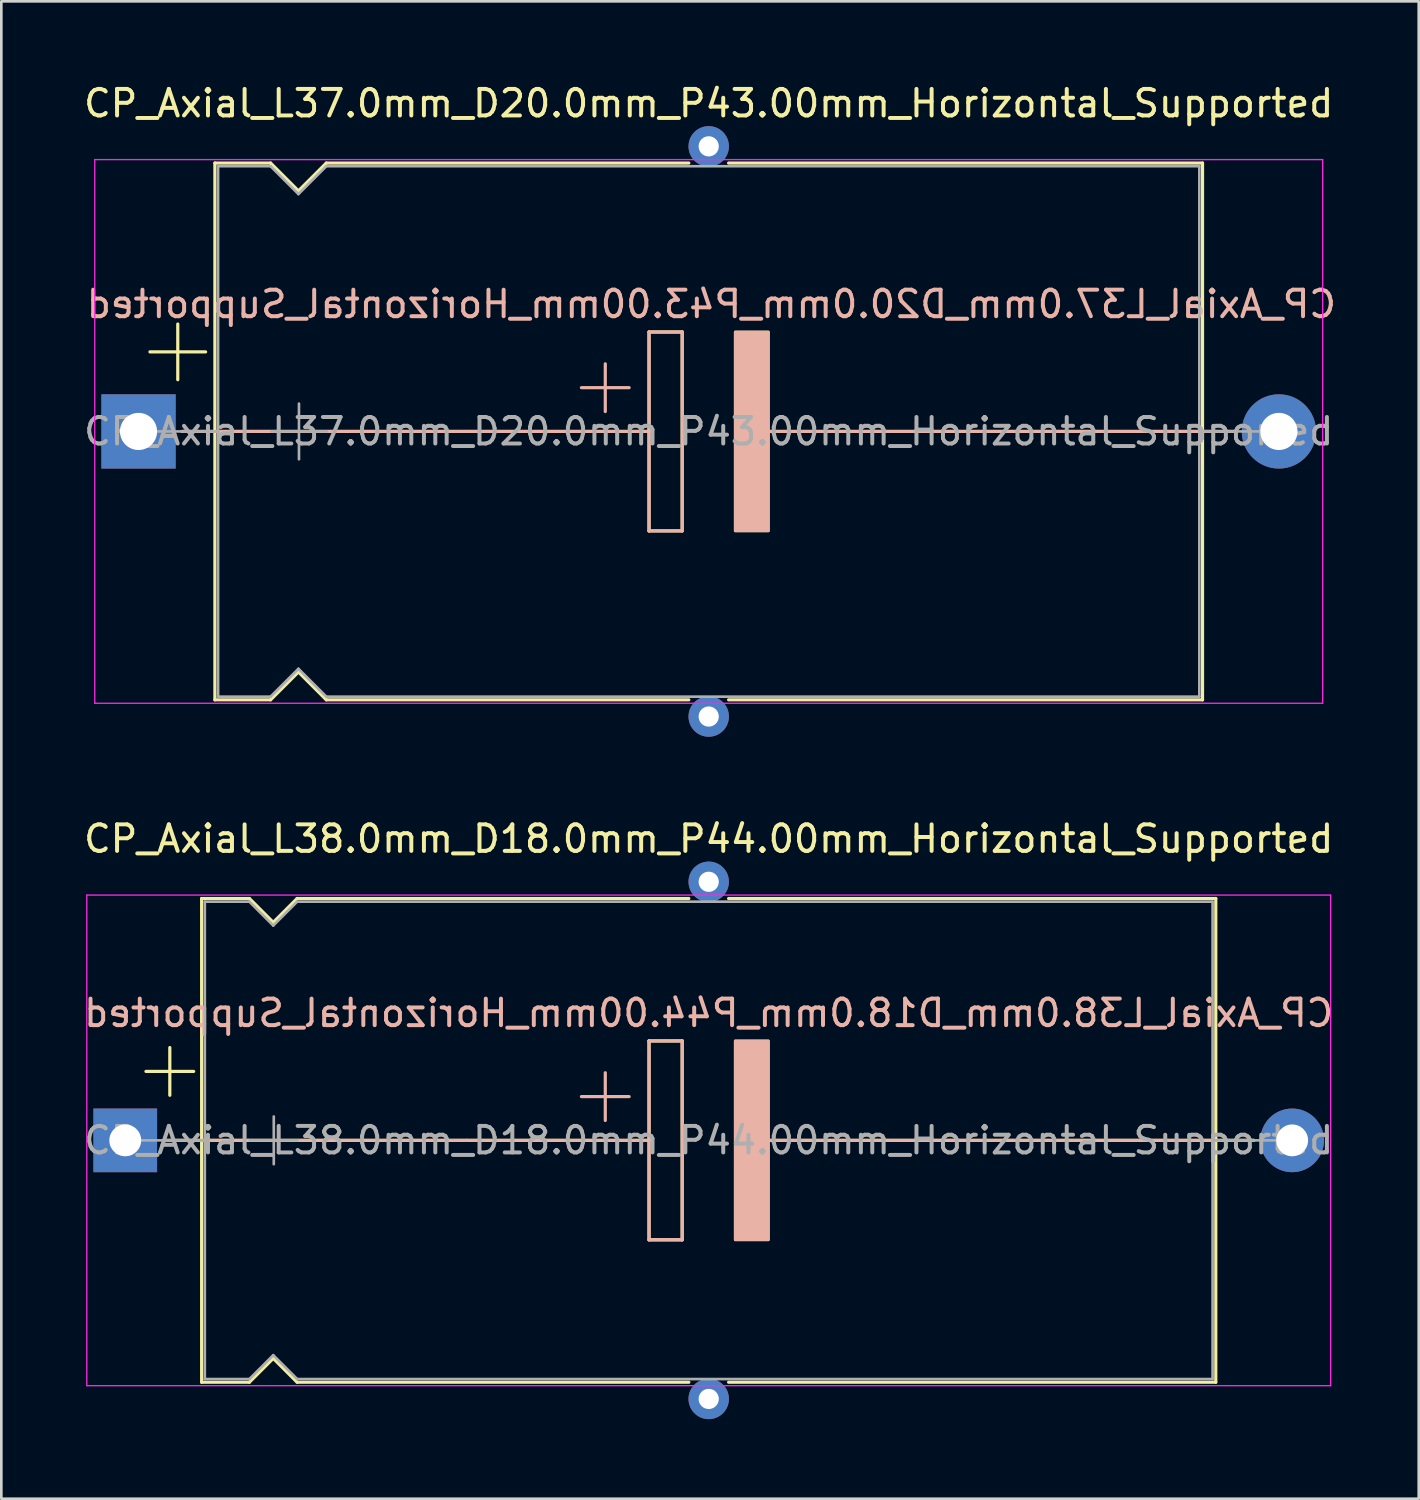
<source format=kicad_pcb>
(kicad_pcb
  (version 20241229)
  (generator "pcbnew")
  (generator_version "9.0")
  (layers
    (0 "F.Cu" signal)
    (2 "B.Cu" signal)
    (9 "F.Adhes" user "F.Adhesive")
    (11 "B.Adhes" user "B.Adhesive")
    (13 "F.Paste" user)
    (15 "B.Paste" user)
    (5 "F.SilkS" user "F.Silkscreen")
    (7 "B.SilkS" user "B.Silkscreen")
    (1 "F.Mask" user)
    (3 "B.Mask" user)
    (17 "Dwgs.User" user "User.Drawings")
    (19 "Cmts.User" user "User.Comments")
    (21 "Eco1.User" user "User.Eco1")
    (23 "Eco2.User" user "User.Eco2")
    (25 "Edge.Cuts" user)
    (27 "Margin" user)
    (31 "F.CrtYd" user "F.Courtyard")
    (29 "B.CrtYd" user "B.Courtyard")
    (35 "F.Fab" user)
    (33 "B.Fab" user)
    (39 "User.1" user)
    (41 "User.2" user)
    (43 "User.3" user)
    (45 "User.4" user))
  (footprint "CP_Axial_L38.0mm_D18.0mm_P44.00mm_Horizontal_Supported"
    (layer "F.Cu")
    (at 1.673 39.949)
    (property "Reference" "CP_Axial_L38.0mm_D18.0mm_P44.00mm_Horizontal_Supported" (at 22 -11.37 0) (layer "F.SilkS") (effects (font (size 1 1) (thickness 0.15))))
    (fp_line (start 0.78 -2.6) (end 2.58 -2.6) (stroke (width 0.12) (type solid)) (layer "F.SilkS"))
    (fp_line (start 1.44 0) (end 2.88 0) (stroke (width 0.12) (type solid)) (layer "F.SilkS"))
    (fp_line (start 1.68 -3.5) (end 1.68 -1.7) (stroke (width 0.12) (type solid)) (layer "F.SilkS"))
    (fp_line (start 2.88 -9.12) (end 2.88 9.12) (stroke (width 0.12) (type solid)) (layer "F.SilkS"))
    (fp_line (start 2.88 -9.12) (end 4.68 -9.12) (stroke (width 0.12) (type solid)) (layer "F.SilkS"))
    (fp_line (start 2.88 0) (end 19.75 0) (stroke (width 0.12) (type solid)) (layer "F.SilkS"))
    (fp_line (start 2.88 9.12) (end 4.68 9.12) (stroke (width 0.12) (type solid)) (layer "F.SilkS"))
    (fp_line (start 4.68 -9.12) (end 5.58 -8.22) (stroke (width 0.12) (type solid)) (layer "F.SilkS"))
    (fp_line (start 4.68 9.12) (end 5.58 8.22) (stroke (width 0.12) (type solid)) (layer "F.SilkS"))
    (fp_line (start 5.58 -8.22) (end 6.48 -9.12) (stroke (width 0.12) (type solid)) (layer "F.SilkS"))
    (fp_line (start 5.58 8.22) (end 6.48 9.12) (stroke (width 0.12) (type solid)) (layer "F.SilkS"))
    (fp_line (start 6.48 -9.12) (end 21.25 -9.12) (stroke (width 0.12) (type solid)) (layer "F.SilkS"))
    (fp_line (start 6.48 9.12) (end 21.25 9.12) (stroke (width 0.12) (type solid)) (layer "F.SilkS"))
    (fp_line (start 19.75 -3.75) (end 21 -3.75) (stroke (width 0.12) (type solid)) (layer "F.SilkS"))
    (fp_line (start 19.75 0) (end 19.75 -3.75) (stroke (width 0.12) (type solid)) (layer "F.SilkS"))
    (fp_line (start 19.75 3.75) (end 19.75 0) (stroke (width 0.12) (type solid)) (layer "F.SilkS"))
    (fp_line (start 21 -3.75) (end 21 3.75) (stroke (width 0.12) (type solid)) (layer "F.SilkS"))
    (fp_line (start 21 3.75) (end 19.75 3.75) (stroke (width 0.12) (type solid)) (layer "F.SilkS"))
    (fp_line (start 22.75 -9.12) (end 41.12 -9.12) (stroke (width 0.12) (type solid)) (layer "F.SilkS"))
    (fp_line (start 22.75 9.12) (end 41.12 9.12) (stroke (width 0.12) (type solid)) (layer "F.SilkS"))
    (fp_line (start 24.25 0) (end 41.12 0) (stroke (width 0.12) (type solid)) (layer "F.SilkS"))
    (fp_line (start 41.12 -9.12) (end 41.12 9.12) (stroke (width 0.12) (type solid)) (layer "F.SilkS"))
    (fp_line (start 42.56 0) (end 41.12 0) (stroke (width 0.12) (type solid)) (layer "F.SilkS"))
    (fp_poly (pts (xy 24.25 3.75) (xy 23 3.75) (xy 23 -3.75) (xy 24.25 -3.75)) (stroke (width 0.1) (type solid)) (fill yes) (layer "F.SilkS"))
    (fp_line (start 1.45 0) (end 12.88 0) (stroke (width 0.12) (type solid)) (layer "B.SilkS"))
    (fp_line (start 12.88 0) (end 19.75 0) (stroke (width 0.12) (type solid)) (layer "B.SilkS"))
    (fp_line (start 18.1 -2.55) (end 18.1 -0.75) (stroke (width 0.12) (type solid)) (layer "B.SilkS"))
    (fp_line (start 19 -1.65) (end 17.2 -1.65) (stroke (width 0.12) (type solid)) (layer "B.SilkS"))
    (fp_line (start 19.75 -3.75) (end 21 -3.75) (stroke (width 0.12) (type solid)) (layer "B.SilkS"))
    (fp_line (start 19.75 0) (end 19.75 -3.75) (stroke (width 0.12) (type solid)) (layer "B.SilkS"))
    (fp_line (start 19.75 3.75) (end 19.75 0) (stroke (width 0.12) (type solid)) (layer "B.SilkS"))
    (fp_line (start 21 -3.75) (end 21 3.75) (stroke (width 0.12) (type solid)) (layer "B.SilkS"))
    (fp_line (start 21 3.75) (end 19.75 3.75) (stroke (width 0.12) (type solid)) (layer "B.SilkS"))
    (fp_line (start 24.25 0) (end 31.12 0) (stroke (width 0.12) (type solid)) (layer "B.SilkS"))
    (fp_line (start 42.55 0) (end 31.12 0) (stroke (width 0.12) (type solid)) (layer "B.SilkS"))
    (fp_poly (pts (xy 24.25 3.75) (xy 23 3.75) (xy 23 -3.75) (xy 24.25 -3.75)) (stroke (width 0.1) (type solid)) (fill yes) (layer "B.SilkS"))
    (fp_line (start -1.45 -9.25) (end -1.45 9.25) (stroke (width 0.05) (type solid)) (layer "F.CrtYd"))
    (fp_line (start -1.45 9.25) (end 45.45 9.25) (stroke (width 0.05) (type solid)) (layer "F.CrtYd"))
    (fp_line (start 45.45 -9.25) (end -1.45 -9.25) (stroke (width 0.05) (type solid)) (layer "F.CrtYd"))
    (fp_line (start 45.45 9.25) (end 45.45 -9.25) (stroke (width 0.05) (type solid)) (layer "F.CrtYd"))
    (fp_line (start 0 0) (end 3 0) (stroke (width 0.1) (type solid)) (layer "F.Fab"))
    (fp_line (start 3 -9) (end 3 9) (stroke (width 0.1) (type solid)) (layer "F.Fab"))
    (fp_line (start 3 -9) (end 4.68 -9) (stroke (width 0.1) (type solid)) (layer "F.Fab"))
    (fp_line (start 3 9) (end 4.68 9) (stroke (width 0.1) (type solid)) (layer "F.Fab"))
    (fp_line (start 4.68 -9) (end 5.58 -8.1) (stroke (width 0.1) (type solid)) (layer "F.Fab"))
    (fp_line (start 4.68 9) (end 5.58 8.1) (stroke (width 0.1) (type solid)) (layer "F.Fab"))
    (fp_line (start 4.7 0) (end 6.5 0) (stroke (width 0.1) (type solid)) (layer "F.Fab"))
    (fp_line (start 5.58 -8.1) (end 6.48 -9) (stroke (width 0.1) (type solid)) (layer "F.Fab"))
    (fp_line (start 5.58 8.1) (end 6.48 9) (stroke (width 0.1) (type solid)) (layer "F.Fab"))
    (fp_line (start 5.6 -0.9) (end 5.6 0.9) (stroke (width 0.1) (type solid)) (layer "F.Fab"))
    (fp_line (start 6.48 -9) (end 41 -9) (stroke (width 0.1) (type solid)) (layer "F.Fab"))
    (fp_line (start 6.48 9) (end 41 9) (stroke (width 0.1) (type solid)) (layer "F.Fab"))
    (fp_line (start 41 -9) (end 41 9) (stroke (width 0.1) (type solid)) (layer "F.Fab"))
    (fp_line (start 44 0) (end 41 0) (stroke (width 0.1) (type solid)) (layer "F.Fab"))
    (fp_text user "${REFERENCE}" (at 22 -4.8 0) (layer "B.SilkS") (effects (font (size 1 1) (thickness 0.15)) (justify mirror)))
    (fp_text user "${REFERENCE}" (at 22 0 0) (layer "F.Fab") (effects (font (size 1 1) (thickness 0.15))))
    (pad "1" thru_hole rect (at 0 0) (size 2.4 2.4) (drill 1.2) (layers "*.Cu" "*.Mask"))
    (pad "2" thru_hole oval (at 44 0) (size 2.4 2.4) (drill 1.2) (layers "*.Cu" "*.Mask"))
    (pad "~" thru_hole circle (at 22 -9.75) (size 1.524 1.524) (drill 0.762) (layers "*.Cu" "*.Mask"))
    (pad "~" thru_hole circle (at 22 9.75) (size 1.524 1.524) (drill 0.762) (layers "*.Cu" "*.Mask")))
  (footprint "CP_Axial_L37.0mm_D20.0mm_P43.00mm_Horizontal_Supported"
    (layer "F.Cu")
    (at 2.173 13.218)
    (property "Reference" "CP_Axial_L37.0mm_D20.0mm_P43.00mm_Horizontal_Supported" (at 21.5 -12.37 0) (layer "F.SilkS") (effects (font (size 1 1) (thickness 0.15))))
    (fp_line (start 0.43 -3) (end 2.53 -3) (stroke (width 0.12) (type solid)) (layer "F.SilkS"))
    (fp_line (start 1.48 -4.05) (end 1.48 -1.95) (stroke (width 0.12) (type solid)) (layer "F.SilkS"))
    (fp_line (start 1.64 0) (end 2.88 0) (stroke (width 0.12) (type solid)) (layer "F.SilkS"))
    (fp_line (start 2.88 -10.12) (end 2.88 10.12) (stroke (width 0.12) (type solid)) (layer "F.SilkS"))
    (fp_line (start 2.88 -10.12) (end 4.98 -10.12) (stroke (width 0.12) (type solid)) (layer "F.SilkS"))
    (fp_line (start 2.88 0) (end 19.25 0) (stroke (width 0.12) (type solid)) (layer "F.SilkS"))
    (fp_line (start 2.88 10.12) (end 4.98 10.12) (stroke (width 0.12) (type solid)) (layer "F.SilkS"))
    (fp_line (start 4.98 -10.12) (end 6.03 -9.07) (stroke (width 0.12) (type solid)) (layer "F.SilkS"))
    (fp_line (start 4.98 10.12) (end 6.03 9.07) (stroke (width 0.12) (type solid)) (layer "F.SilkS"))
    (fp_line (start 6.03 -9.07) (end 7.08 -10.12) (stroke (width 0.12) (type solid)) (layer "F.SilkS"))
    (fp_line (start 6.03 9.07) (end 7.08 10.12) (stroke (width 0.12) (type solid)) (layer "F.SilkS"))
    (fp_line (start 7.08 -10.12) (end 20.75 -10.12) (stroke (width 0.12) (type solid)) (layer "F.SilkS"))
    (fp_line (start 7.08 10.12) (end 20.75 10.12) (stroke (width 0.12) (type solid)) (layer "F.SilkS"))
    (fp_line (start 19.25 -3.75) (end 20.5 -3.75) (stroke (width 0.12) (type solid)) (layer "F.SilkS"))
    (fp_line (start 19.25 0) (end 19.25 -3.75) (stroke (width 0.12) (type solid)) (layer "F.SilkS"))
    (fp_line (start 19.25 3.75) (end 19.25 0) (stroke (width 0.12) (type solid)) (layer "F.SilkS"))
    (fp_line (start 20.5 -3.75) (end 20.5 3.75) (stroke (width 0.12) (type solid)) (layer "F.SilkS"))
    (fp_line (start 20.5 3.75) (end 19.25 3.75) (stroke (width 0.12) (type solid)) (layer "F.SilkS"))
    (fp_line (start 22.25 -10.12) (end 40.12 -10.12) (stroke (width 0.12) (type solid)) (layer "F.SilkS"))
    (fp_line (start 22.25 10.12) (end 40.12 10.12) (stroke (width 0.12) (type solid)) (layer "F.SilkS"))
    (fp_line (start 23.75 0) (end 40.12 0) (stroke (width 0.12) (type solid)) (layer "F.SilkS"))
    (fp_line (start 40.12 -10.12) (end 40.12 10.12) (stroke (width 0.12) (type solid)) (layer "F.SilkS"))
    (fp_line (start 41.36 0) (end 40.12 0) (stroke (width 0.12) (type solid)) (layer "F.SilkS"))
    (fp_poly (pts (xy 23.75 3.75) (xy 22.5 3.75) (xy 22.5 -3.75) (xy 23.75 -3.75)) (stroke (width 0.1) (type solid)) (fill yes) (layer "F.SilkS"))
    (fp_line (start 1.65 0) (end 12.38 0) (stroke (width 0.12) (type solid)) (layer "B.SilkS"))
    (fp_line (start 12.38 0) (end 19.25 0) (stroke (width 0.12) (type solid)) (layer "B.SilkS"))
    (fp_line (start 17.6 -2.55) (end 17.6 -0.75) (stroke (width 0.12) (type solid)) (layer "B.SilkS"))
    (fp_line (start 18.5 -1.65) (end 16.7 -1.65) (stroke (width 0.12) (type solid)) (layer "B.SilkS"))
    (fp_line (start 19.25 -3.75) (end 20.5 -3.75) (stroke (width 0.12) (type solid)) (layer "B.SilkS"))
    (fp_line (start 19.25 0) (end 19.25 -3.75) (stroke (width 0.12) (type solid)) (layer "B.SilkS"))
    (fp_line (start 19.25 3.75) (end 19.25 0) (stroke (width 0.12) (type solid)) (layer "B.SilkS"))
    (fp_line (start 20.5 -3.75) (end 20.5 3.75) (stroke (width 0.12) (type solid)) (layer "B.SilkS"))
    (fp_line (start 20.5 3.75) (end 19.25 3.75) (stroke (width 0.12) (type solid)) (layer "B.SilkS"))
    (fp_line (start 23.75 0) (end 30.62 0) (stroke (width 0.12) (type solid)) (layer "B.SilkS"))
    (fp_line (start 41.35 0) (end 30.62 0) (stroke (width 0.12) (type solid)) (layer "B.SilkS"))
    (fp_poly (pts (xy 23.75 3.75) (xy 22.5 3.75) (xy 22.5 -3.75) (xy 23.75 -3.75)) (stroke (width 0.1) (type solid)) (fill yes) (layer "B.SilkS"))
    (fp_line (start -1.65 -10.25) (end -1.65 10.25) (stroke (width 0.05) (type solid)) (layer "F.CrtYd"))
    (fp_line (start -1.65 10.25) (end 44.65 10.25) (stroke (width 0.05) (type solid)) (layer "F.CrtYd"))
    (fp_line (start 44.65 -10.25) (end -1.65 -10.25) (stroke (width 0.05) (type solid)) (layer "F.CrtYd"))
    (fp_line (start 44.65 10.25) (end 44.65 -10.25) (stroke (width 0.05) (type solid)) (layer "F.CrtYd"))
    (fp_line (start 0 0) (end 3 0) (stroke (width 0.1) (type solid)) (layer "F.Fab"))
    (fp_line (start 3 -10) (end 3 10) (stroke (width 0.1) (type solid)) (layer "F.Fab"))
    (fp_line (start 3 -10) (end 4.98 -10) (stroke (width 0.1) (type solid)) (layer "F.Fab"))
    (fp_line (start 3 10) (end 4.98 10) (stroke (width 0.1) (type solid)) (layer "F.Fab"))
    (fp_line (start 4.98 -10) (end 6.03 -8.95) (stroke (width 0.1) (type solid)) (layer "F.Fab"))
    (fp_line (start 4.98 10) (end 6.03 8.95) (stroke (width 0.1) (type solid)) (layer "F.Fab"))
    (fp_line (start 5 0) (end 7.1 0) (stroke (width 0.1) (type solid)) (layer "F.Fab"))
    (fp_line (start 6.03 -8.95) (end 7.08 -10) (stroke (width 0.1) (type solid)) (layer "F.Fab"))
    (fp_line (start 6.03 8.95) (end 7.08 10) (stroke (width 0.1) (type solid)) (layer "F.Fab"))
    (fp_line (start 6.05 -1.05) (end 6.05 1.05) (stroke (width 0.1) (type solid)) (layer "F.Fab"))
    (fp_line (start 7.08 -10) (end 40 -10) (stroke (width 0.1) (type solid)) (layer "F.Fab"))
    (fp_line (start 7.08 10) (end 40 10) (stroke (width 0.1) (type solid)) (layer "F.Fab"))
    (fp_line (start 40 -10) (end 40 10) (stroke (width 0.1) (type solid)) (layer "F.Fab"))
    (fp_line (start 43 0) (end 40 0) (stroke (width 0.1) (type solid)) (layer "F.Fab"))
    (fp_text user "${REFERENCE}" (at 21.6 -4.8 0) (layer "B.SilkS") (effects (font (size 1 1) (thickness 0.15)) (justify mirror)))
    (fp_text user "${REFERENCE}" (at 21.5 0 0) (layer "F.Fab") (effects (font (size 1 1) (thickness 0.15))))
    (pad "1" thru_hole rect (at 0 0) (size 2.8 2.8) (drill 1.4) (layers "*.Cu" "*.Mask"))
    (pad "2" thru_hole oval (at 43 0) (size 2.8 2.8) (drill 1.4) (layers "*.Cu" "*.Mask"))
    (pad "~" thru_hole circle (at 21.5 -10.75) (size 1.524 1.524) (drill 0.762) (layers "*.Cu" "*.Mask"))
    (pad "~" thru_hole circle (at 21.5 10.75) (size 1.524 1.524) (drill 0.762) (layers "*.Cu" "*.Mask")))
  (gr_rect
    (start -3 -3)
    (end 50.445 53.461)
    (stroke (width 0.1) (type default))
    (fill no)
    (layer "Edge.Cuts")))
</source>
